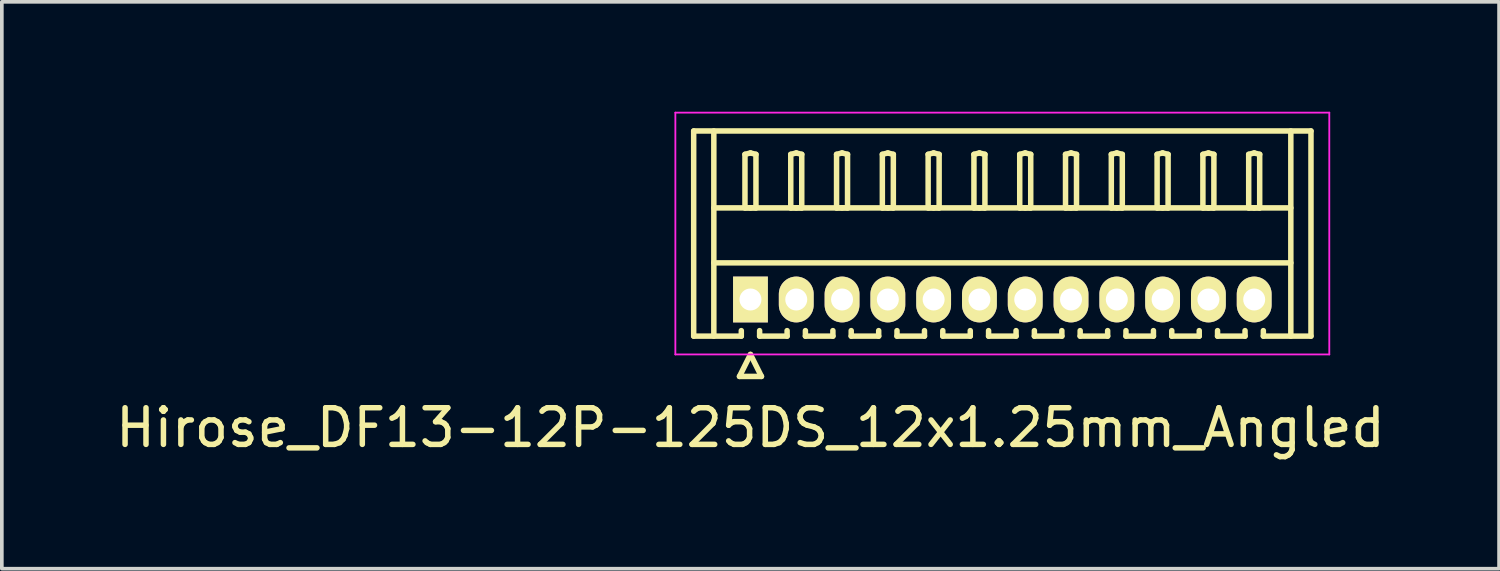
<source format=kicad_pcb>
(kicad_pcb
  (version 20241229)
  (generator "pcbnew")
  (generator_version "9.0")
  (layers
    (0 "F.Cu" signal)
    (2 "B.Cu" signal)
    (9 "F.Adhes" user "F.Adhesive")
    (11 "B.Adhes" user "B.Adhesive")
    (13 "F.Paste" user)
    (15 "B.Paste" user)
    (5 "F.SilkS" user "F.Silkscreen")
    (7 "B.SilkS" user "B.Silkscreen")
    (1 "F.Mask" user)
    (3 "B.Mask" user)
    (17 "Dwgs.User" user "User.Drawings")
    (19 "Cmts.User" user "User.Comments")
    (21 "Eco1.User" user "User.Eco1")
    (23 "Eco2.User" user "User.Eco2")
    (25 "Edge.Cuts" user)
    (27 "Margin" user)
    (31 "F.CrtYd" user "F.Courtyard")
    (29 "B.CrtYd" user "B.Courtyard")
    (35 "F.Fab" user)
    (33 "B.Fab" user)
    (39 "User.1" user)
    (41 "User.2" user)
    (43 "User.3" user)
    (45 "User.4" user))
  (footprint "Hirose_DF13-12P-125DS_12x1.25mm_Angled"
    (layer "F.Cu")
    (at 17.435 5.125)
    (property "Reference" "Hirose_DF13-12P-125DS_12x1.25mm_Angled" (at 0 3.5 0) (layer "F.SilkS") (effects (font (size 1 1) (thickness 0.15))))
    (attr through_hole)
    (fp_line (start -1.55 -4.6) (end 15.3 -4.6) (stroke (width 0.15) (type solid)) (layer "F.SilkS"))
    (fp_line (start -1.55 1) (end -1.55 -4.6) (stroke (width 0.15) (type solid)) (layer "F.SilkS"))
    (fp_line (start -1 -4.6) (end -1 1) (stroke (width 0.15) (type solid)) (layer "F.SilkS"))
    (fp_line (start -1 -2.5) (end 14.75 -2.5) (stroke (width 0.15) (type solid)) (layer "F.SilkS"))
    (fp_line (start -1 -1) (end 14.75 -1) (stroke (width 0.15) (type solid)) (layer "F.SilkS"))
    (fp_line (start -0.3 2.1) (end 0.3 2.1) (stroke (width 0.15) (type solid)) (layer "F.SilkS"))
    (fp_line (start -0.25 0.85) (end -0.25 1) (stroke (width 0.15) (type solid)) (layer "F.SilkS"))
    (fp_line (start -0.25 1) (end -1.55 1) (stroke (width 0.15) (type solid)) (layer "F.SilkS"))
    (fp_line (start -0.15 -3.962) (end 0 -4) (stroke (width 0.15) (type solid)) (layer "F.SilkS"))
    (fp_line (start -0.15 -2.5) (end -0.15 -3.962) (stroke (width 0.15) (type solid)) (layer "F.SilkS"))
    (fp_line (start 0 -4) (end 0.15 -3.962) (stroke (width 0.15) (type solid)) (layer "F.SilkS"))
    (fp_line (start 0 -2.5) (end -0.15 -2.5) (stroke (width 0.15) (type solid)) (layer "F.SilkS"))
    (fp_line (start 0 1.5) (end -0.3 2.1) (stroke (width 0.15) (type solid)) (layer "F.SilkS"))
    (fp_line (start 0.15 -3.962) (end 0.15 -2.5) (stroke (width 0.15) (type solid)) (layer "F.SilkS"))
    (fp_line (start 0.15 -2.5) (end 0 -2.5) (stroke (width 0.15) (type solid)) (layer "F.SilkS"))
    (fp_line (start 0.25 0.85) (end 0.25 1) (stroke (width 0.15) (type solid)) (layer "F.SilkS"))
    (fp_line (start 0.25 1) (end 1 1) (stroke (width 0.15) (type solid)) (layer "F.SilkS"))
    (fp_line (start 0.3 2.1) (end 0 1.5) (stroke (width 0.15) (type solid)) (layer "F.SilkS"))
    (fp_line (start 1 1) (end 1 0.85) (stroke (width 0.15) (type solid)) (layer "F.SilkS"))
    (fp_line (start 1.1 -3.962) (end 1.25 -4) (stroke (width 0.15) (type solid)) (layer "F.SilkS"))
    (fp_line (start 1.1 -2.5) (end 1.1 -3.962) (stroke (width 0.15) (type solid)) (layer "F.SilkS"))
    (fp_line (start 1.25 -4) (end 1.4 -3.962) (stroke (width 0.15) (type solid)) (layer "F.SilkS"))
    (fp_line (start 1.25 -2.5) (end 1.1 -2.5) (stroke (width 0.15) (type solid)) (layer "F.SilkS"))
    (fp_line (start 1.4 -3.962) (end 1.4 -2.5) (stroke (width 0.15) (type solid)) (layer "F.SilkS"))
    (fp_line (start 1.4 -2.5) (end 1.25 -2.5) (stroke (width 0.15) (type solid)) (layer "F.SilkS"))
    (fp_line (start 1.5 0.85) (end 1.5 1) (stroke (width 0.15) (type solid)) (layer "F.SilkS"))
    (fp_line (start 1.5 1) (end 2.25 1) (stroke (width 0.15) (type solid)) (layer "F.SilkS"))
    (fp_line (start 2.25 1) (end 2.25 0.85) (stroke (width 0.15) (type solid)) (layer "F.SilkS"))
    (fp_line (start 2.35 -3.962) (end 2.5 -4) (stroke (width 0.15) (type solid)) (layer "F.SilkS"))
    (fp_line (start 2.35 -2.5) (end 2.35 -3.962) (stroke (width 0.15) (type solid)) (layer "F.SilkS"))
    (fp_line (start 2.5 -4) (end 2.65 -3.962) (stroke (width 0.15) (type solid)) (layer "F.SilkS"))
    (fp_line (start 2.5 -2.5) (end 2.35 -2.5) (stroke (width 0.15) (type solid)) (layer "F.SilkS"))
    (fp_line (start 2.65 -3.962) (end 2.65 -2.5) (stroke (width 0.15) (type solid)) (layer "F.SilkS"))
    (fp_line (start 2.65 -2.5) (end 2.5 -2.5) (stroke (width 0.15) (type solid)) (layer "F.SilkS"))
    (fp_line (start 2.75 0.85) (end 2.75 1) (stroke (width 0.15) (type solid)) (layer "F.SilkS"))
    (fp_line (start 2.75 1) (end 3.5 1) (stroke (width 0.15) (type solid)) (layer "F.SilkS"))
    (fp_line (start 3.5 1) (end 3.5 0.85) (stroke (width 0.15) (type solid)) (layer "F.SilkS"))
    (fp_line (start 3.6 -3.962) (end 3.75 -4) (stroke (width 0.15) (type solid)) (layer "F.SilkS"))
    (fp_line (start 3.6 -2.5) (end 3.6 -3.962) (stroke (width 0.15) (type solid)) (layer "F.SilkS"))
    (fp_line (start 3.75 -4) (end 3.9 -3.962) (stroke (width 0.15) (type solid)) (layer "F.SilkS"))
    (fp_line (start 3.75 -2.5) (end 3.6 -2.5) (stroke (width 0.15) (type solid)) (layer "F.SilkS"))
    (fp_line (start 3.9 -3.962) (end 3.9 -2.5) (stroke (width 0.15) (type solid)) (layer "F.SilkS"))
    (fp_line (start 3.9 -2.5) (end 3.75 -2.5) (stroke (width 0.15) (type solid)) (layer "F.SilkS"))
    (fp_line (start 4 0.85) (end 4 1) (stroke (width 0.15) (type solid)) (layer "F.SilkS"))
    (fp_line (start 4 1) (end 4.75 1) (stroke (width 0.15) (type solid)) (layer "F.SilkS"))
    (fp_line (start 4.75 1) (end 4.75 0.85) (stroke (width 0.15) (type solid)) (layer "F.SilkS"))
    (fp_line (start 4.85 -3.962) (end 5 -4) (stroke (width 0.15) (type solid)) (layer "F.SilkS"))
    (fp_line (start 4.85 -2.5) (end 4.85 -3.962) (stroke (width 0.15) (type solid)) (layer "F.SilkS"))
    (fp_line (start 5 -4) (end 5.15 -3.962) (stroke (width 0.15) (type solid)) (layer "F.SilkS"))
    (fp_line (start 5 -2.5) (end 4.85 -2.5) (stroke (width 0.15) (type solid)) (layer "F.SilkS"))
    (fp_line (start 5.15 -3.962) (end 5.15 -2.5) (stroke (width 0.15) (type solid)) (layer "F.SilkS"))
    (fp_line (start 5.15 -2.5) (end 5 -2.5) (stroke (width 0.15) (type solid)) (layer "F.SilkS"))
    (fp_line (start 5.25 0.85) (end 5.25 1) (stroke (width 0.15) (type solid)) (layer "F.SilkS"))
    (fp_line (start 5.25 1) (end 6 1) (stroke (width 0.15) (type solid)) (layer "F.SilkS"))
    (fp_line (start 6 1) (end 6 0.85) (stroke (width 0.15) (type solid)) (layer "F.SilkS"))
    (fp_line (start 6.1 -3.962) (end 6.25 -4) (stroke (width 0.15) (type solid)) (layer "F.SilkS"))
    (fp_line (start 6.1 -2.5) (end 6.1 -3.962) (stroke (width 0.15) (type solid)) (layer "F.SilkS"))
    (fp_line (start 6.25 -4) (end 6.4 -3.962) (stroke (width 0.15) (type solid)) (layer "F.SilkS"))
    (fp_line (start 6.25 -2.5) (end 6.1 -2.5) (stroke (width 0.15) (type solid)) (layer "F.SilkS"))
    (fp_line (start 6.4 -3.962) (end 6.4 -2.5) (stroke (width 0.15) (type solid)) (layer "F.SilkS"))
    (fp_line (start 6.4 -2.5) (end 6.25 -2.5) (stroke (width 0.15) (type solid)) (layer "F.SilkS"))
    (fp_line (start 6.5 0.85) (end 6.5 1) (stroke (width 0.15) (type solid)) (layer "F.SilkS"))
    (fp_line (start 6.5 1) (end 7.25 1) (stroke (width 0.15) (type solid)) (layer "F.SilkS"))
    (fp_line (start 7.25 1) (end 7.25 0.85) (stroke (width 0.15) (type solid)) (layer "F.SilkS"))
    (fp_line (start 7.35 -3.962) (end 7.5 -4) (stroke (width 0.15) (type solid)) (layer "F.SilkS"))
    (fp_line (start 7.35 -2.5) (end 7.35 -3.962) (stroke (width 0.15) (type solid)) (layer "F.SilkS"))
    (fp_line (start 7.5 -4) (end 7.65 -3.962) (stroke (width 0.15) (type solid)) (layer "F.SilkS"))
    (fp_line (start 7.5 -2.5) (end 7.35 -2.5) (stroke (width 0.15) (type solid)) (layer "F.SilkS"))
    (fp_line (start 7.65 -3.962) (end 7.65 -2.5) (stroke (width 0.15) (type solid)) (layer "F.SilkS"))
    (fp_line (start 7.65 -2.5) (end 7.5 -2.5) (stroke (width 0.15) (type solid)) (layer "F.SilkS"))
    (fp_line (start 7.75 0.85) (end 7.75 1) (stroke (width 0.15) (type solid)) (layer "F.SilkS"))
    (fp_line (start 7.75 1) (end 8.5 1) (stroke (width 0.15) (type solid)) (layer "F.SilkS"))
    (fp_line (start 8.5 1) (end 8.5 0.85) (stroke (width 0.15) (type solid)) (layer "F.SilkS"))
    (fp_line (start 8.6 -3.962) (end 8.75 -4) (stroke (width 0.15) (type solid)) (layer "F.SilkS"))
    (fp_line (start 8.6 -2.5) (end 8.6 -3.962) (stroke (width 0.15) (type solid)) (layer "F.SilkS"))
    (fp_line (start 8.75 -4) (end 8.9 -3.962) (stroke (width 0.15) (type solid)) (layer "F.SilkS"))
    (fp_line (start 8.75 -2.5) (end 8.6 -2.5) (stroke (width 0.15) (type solid)) (layer "F.SilkS"))
    (fp_line (start 8.9 -3.962) (end 8.9 -2.5) (stroke (width 0.15) (type solid)) (layer "F.SilkS"))
    (fp_line (start 8.9 -2.5) (end 8.75 -2.5) (stroke (width 0.15) (type solid)) (layer "F.SilkS"))
    (fp_line (start 9 0.85) (end 9 1) (stroke (width 0.15) (type solid)) (layer "F.SilkS"))
    (fp_line (start 9 1) (end 9.75 1) (stroke (width 0.15) (type solid)) (layer "F.SilkS"))
    (fp_line (start 9.75 1) (end 9.75 0.85) (stroke (width 0.15) (type solid)) (layer "F.SilkS"))
    (fp_line (start 9.85 -3.962) (end 10 -4) (stroke (width 0.15) (type solid)) (layer "F.SilkS"))
    (fp_line (start 9.85 -2.5) (end 9.85 -3.962) (stroke (width 0.15) (type solid)) (layer "F.SilkS"))
    (fp_line (start 10 -4) (end 10.15 -3.962) (stroke (width 0.15) (type solid)) (layer "F.SilkS"))
    (fp_line (start 10 -2.5) (end 9.85 -2.5) (stroke (width 0.15) (type solid)) (layer "F.SilkS"))
    (fp_line (start 10.15 -3.962) (end 10.15 -2.5) (stroke (width 0.15) (type solid)) (layer "F.SilkS"))
    (fp_line (start 10.15 -2.5) (end 10 -2.5) (stroke (width 0.15) (type solid)) (layer "F.SilkS"))
    (fp_line (start 10.25 0.85) (end 10.25 1) (stroke (width 0.15) (type solid)) (layer "F.SilkS"))
    (fp_line (start 10.25 1) (end 11 1) (stroke (width 0.15) (type solid)) (layer "F.SilkS"))
    (fp_line (start 11 1) (end 11 0.85) (stroke (width 0.15) (type solid)) (layer "F.SilkS"))
    (fp_line (start 11.1 -3.962) (end 11.25 -4) (stroke (width 0.15) (type solid)) (layer "F.SilkS"))
    (fp_line (start 11.1 -2.5) (end 11.1 -3.962) (stroke (width 0.15) (type solid)) (layer "F.SilkS"))
    (fp_line (start 11.25 -4) (end 11.4 -3.962) (stroke (width 0.15) (type solid)) (layer "F.SilkS"))
    (fp_line (start 11.25 -2.5) (end 11.1 -2.5) (stroke (width 0.15) (type solid)) (layer "F.SilkS"))
    (fp_line (start 11.4 -3.962) (end 11.4 -2.5) (stroke (width 0.15) (type solid)) (layer "F.SilkS"))
    (fp_line (start 11.4 -2.5) (end 11.25 -2.5) (stroke (width 0.15) (type solid)) (layer "F.SilkS"))
    (fp_line (start 11.5 0.85) (end 11.5 1) (stroke (width 0.15) (type solid)) (layer "F.SilkS"))
    (fp_line (start 11.5 1) (end 12.25 1) (stroke (width 0.15) (type solid)) (layer "F.SilkS"))
    (fp_line (start 12.25 1) (end 12.25 0.85) (stroke (width 0.15) (type solid)) (layer "F.SilkS"))
    (fp_line (start 12.35 -3.962) (end 12.5 -4) (stroke (width 0.15) (type solid)) (layer "F.SilkS"))
    (fp_line (start 12.35 -2.5) (end 12.35 -3.962) (stroke (width 0.15) (type solid)) (layer "F.SilkS"))
    (fp_line (start 12.5 -4) (end 12.65 -3.962) (stroke (width 0.15) (type solid)) (layer "F.SilkS"))
    (fp_line (start 12.5 -2.5) (end 12.35 -2.5) (stroke (width 0.15) (type solid)) (layer "F.SilkS"))
    (fp_line (start 12.65 -3.962) (end 12.65 -2.5) (stroke (width 0.15) (type solid)) (layer "F.SilkS"))
    (fp_line (start 12.65 -2.5) (end 12.5 -2.5) (stroke (width 0.15) (type solid)) (layer "F.SilkS"))
    (fp_line (start 12.75 0.85) (end 12.75 1) (stroke (width 0.15) (type solid)) (layer "F.SilkS"))
    (fp_line (start 12.75 1) (end 13.5 1) (stroke (width 0.15) (type solid)) (layer "F.SilkS"))
    (fp_line (start 13.5 1) (end 13.5 0.85) (stroke (width 0.15) (type solid)) (layer "F.SilkS"))
    (fp_line (start 13.6 -3.962) (end 13.75 -4) (stroke (width 0.15) (type solid)) (layer "F.SilkS"))
    (fp_line (start 13.6 -2.5) (end 13.6 -3.962) (stroke (width 0.15) (type solid)) (layer "F.SilkS"))
    (fp_line (start 13.75 -4) (end 13.9 -3.962) (stroke (width 0.15) (type solid)) (layer "F.SilkS"))
    (fp_line (start 13.75 -2.5) (end 13.6 -2.5) (stroke (width 0.15) (type solid)) (layer "F.SilkS"))
    (fp_line (start 13.9 -3.962) (end 13.9 -2.5) (stroke (width 0.15) (type solid)) (layer "F.SilkS"))
    (fp_line (start 13.9 -2.5) (end 13.75 -2.5) (stroke (width 0.15) (type solid)) (layer "F.SilkS"))
    (fp_line (start 14 1) (end 14 0.85) (stroke (width 0.15) (type solid)) (layer "F.SilkS"))
    (fp_line (start 14.75 -4.6) (end 14.75 1) (stroke (width 0.15) (type solid)) (layer "F.SilkS"))
    (fp_line (start 15.3 -4.6) (end 15.3 1) (stroke (width 0.15) (type solid)) (layer "F.SilkS"))
    (fp_line (start 15.3 1) (end 14 1) (stroke (width 0.15) (type solid)) (layer "F.SilkS"))
    (fp_line (start -2.05 -5.1) (end -2.05 1.5) (stroke (width 0.05) (type solid)) (layer "F.CrtYd"))
    (fp_line (start -2.05 1.5) (end 15.8 1.5) (stroke (width 0.05) (type solid)) (layer "F.CrtYd"))
    (fp_line (start 15.8 -5.1) (end -2.05 -5.1) (stroke (width 0.05) (type solid)) (layer "F.CrtYd"))
    (fp_line (start 15.8 1.5) (end 15.8 -5.1) (stroke (width 0.05) (type solid)) (layer "F.CrtYd"))
    (pad "1" thru_hole rect (at 0 0) (size 0.95 1.25) (drill 0.6) (layers "*.Cu" "*.Mask" "F.SilkS"))
    (pad "2" thru_hole oval (at 1.25 0) (size 0.95 1.25) (drill 0.6) (layers "*.Cu" "*.Mask" "F.SilkS"))
    (pad "3" thru_hole oval (at 2.5 0) (size 0.95 1.25) (drill 0.6) (layers "*.Cu" "*.Mask" "F.SilkS"))
    (pad "4" thru_hole oval (at 3.75 0) (size 0.95 1.25) (drill 0.6) (layers "*.Cu" "*.Mask" "F.SilkS"))
    (pad "5" thru_hole oval (at 5 0) (size 0.95 1.25) (drill 0.6) (layers "*.Cu" "*.Mask" "F.SilkS"))
    (pad "6" thru_hole oval (at 6.25 0) (size 0.95 1.25) (drill 0.6) (layers "*.Cu" "*.Mask" "F.SilkS"))
    (pad "7" thru_hole oval (at 7.5 0) (size 0.95 1.25) (drill 0.6) (layers "*.Cu" "*.Mask" "F.SilkS"))
    (pad "8" thru_hole oval (at 8.75 0) (size 0.95 1.25) (drill 0.6) (layers "*.Cu" "*.Mask" "F.SilkS"))
    (pad "9" thru_hole oval (at 10 0) (size 0.95 1.25) (drill 0.6) (layers "*.Cu" "*.Mask" "F.SilkS"))
    (pad "10" thru_hole oval (at 11.25 0) (size 0.95 1.25) (drill 0.6) (layers "*.Cu" "*.Mask" "F.SilkS"))
    (pad "11" thru_hole oval (at 12.5 0) (size 0.95 1.25) (drill 0.6) (layers "*.Cu" "*.Mask" "F.SilkS"))
    (pad "12" thru_hole oval (at 13.75 0) (size 0.95 1.25) (drill 0.6) (layers "*.Cu" "*.Mask" "F.SilkS")))
  (gr_rect
    (start -3 -3)
    (end 37.869 12.473)
    (stroke (width 0.1) (type default))
    (fill no)
    (layer "Edge.Cuts")))
</source>
